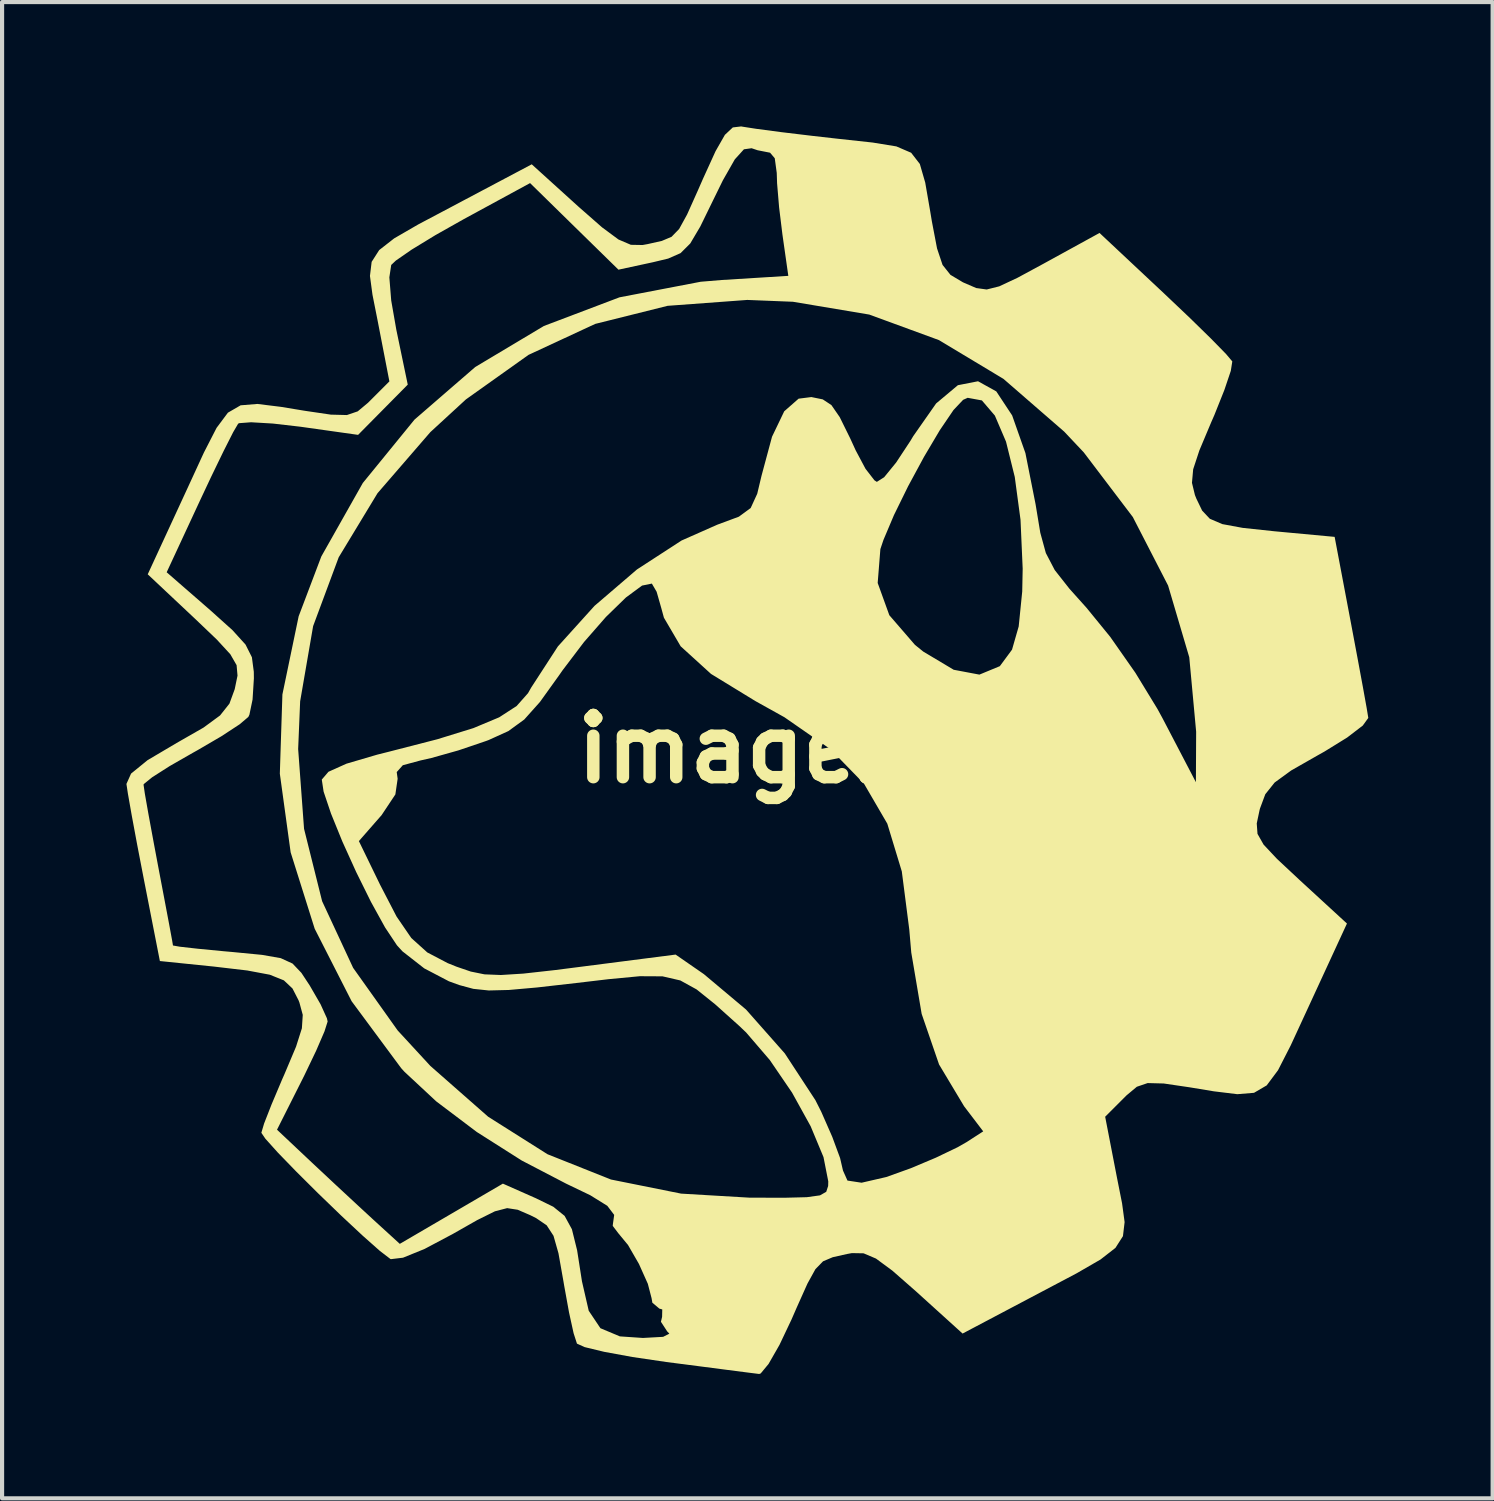
<source format=kicad_pcb>
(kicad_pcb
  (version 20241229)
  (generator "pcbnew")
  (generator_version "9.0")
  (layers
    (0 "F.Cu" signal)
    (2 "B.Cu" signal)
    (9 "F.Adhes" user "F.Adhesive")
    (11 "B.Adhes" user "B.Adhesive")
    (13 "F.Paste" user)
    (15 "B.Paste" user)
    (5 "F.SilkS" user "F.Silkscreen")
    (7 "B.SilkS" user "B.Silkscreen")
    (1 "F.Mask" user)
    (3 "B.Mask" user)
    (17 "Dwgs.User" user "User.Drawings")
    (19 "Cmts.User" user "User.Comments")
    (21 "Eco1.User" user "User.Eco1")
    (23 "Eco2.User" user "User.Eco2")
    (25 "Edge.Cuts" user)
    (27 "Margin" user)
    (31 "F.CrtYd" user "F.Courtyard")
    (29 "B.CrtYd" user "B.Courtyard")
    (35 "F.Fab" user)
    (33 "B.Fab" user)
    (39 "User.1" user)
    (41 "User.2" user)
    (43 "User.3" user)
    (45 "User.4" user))
  (footprint "image2"
    (layer "F.Cu")
    (at 14.978 15.021)
    (property "Reference" "image2" (at 0 0 0) (layer "F.SilkS") (effects (font (size 1.5 1.5) (thickness 0.3))))
    (attr board_only exclude_from_pos_files exclude_from_bom)
    (fp_poly (pts (xy -0.11 -15.014) (xy 0.218 -14.963) (xy 0.806 -14.885) (xy 1.564 -14.794) (xy 2.172 -14.725) (xy 3.026 -14.632) (xy 3.597 -14.539) (xy 3.953 -14.386) (xy 4.163 -14.115) (xy 4.293 -13.666) (xy 4.412 -12.979) (xy 4.453 -12.732) (xy 4.578 -12.078) (xy 4.711 -11.68) (xy 4.902 -11.44) (xy 5.202 -11.261) (xy 5.233 -11.247) (xy 5.523 -11.122) (xy 5.776 -11.087) (xy 6.079 -11.163) (xy 6.52 -11.37) (xy 7.152 -11.712) (xy 8.498 -12.451) (xy 10.066 -10.981) (xy 10.679 -10.399) (xy 11.191 -9.898) (xy 11.55 -9.531) (xy 11.701 -9.352) (xy 11.701 -9.352) (xy 11.665 -9.124) (xy 11.51 -8.663) (xy 11.268 -8.057) (xy 11.191 -7.881) (xy 10.906 -7.203) (xy 10.757 -6.749) (xy 10.728 -6.423) (xy 10.799 -6.13) (xy 10.833 -6.044) (xy 10.974 -5.752) (xy 11.159 -5.556) (xy 11.46 -5.427) (xy 11.952 -5.336) (xy 12.709 -5.255) (xy 12.902 -5.237) (xy 14.17 -5.119) (xy 14.562 -3.048) (xy 14.718 -2.217) (xy 14.85 -1.505) (xy 14.943 -0.989) (xy 14.982 -0.751) (xy 14.849 -0.567) (xy 14.472 -0.278) (xy 13.925 0.06) (xy 13.766 0.149) (xy 13.121 0.517) (xy 12.723 0.807) (xy 12.497 1.09) (xy 12.368 1.437) (xy 12.359 1.472) (xy 12.291 1.794) (xy 12.309 2.046) (xy 12.456 2.305) (xy 12.778 2.648) (xy 13.317 3.152) (xy 13.331 3.165) (xy 14.467 4.209) (xy 13.512 6.279) (xy 13.11 7.15) (xy 12.804 7.748) (xy 12.531 8.114) (xy 12.225 8.293) (xy 11.821 8.326) (xy 11.256 8.257) (xy 10.67 8.16) (xy 10.046 8.068) (xy 9.659 8.058) (xy 9.398 8.147) (xy 9.149 8.355) (xy 9.081 8.423) (xy 8.634 8.87) (xy 8.919 10.341) (xy 9.042 10.96) (xy 9.103 11.412) (xy 9.063 11.751) (xy 8.882 12.034) (xy 8.521 12.315) (xy 7.941 12.65) (xy 7.102 13.093) (xy 6.856 13.223) (xy 5.194 14.101) (xy 4.07 13.083) (xy 3.501 12.584) (xy 3.105 12.292) (xy 2.806 12.165) (xy 2.524 12.16) (xy 2.405 12.182) (xy 2.062 12.259) (xy 1.828 12.358) (xy 1.644 12.547) (xy 1.452 12.895) (xy 1.193 13.473) (xy 1.068 13.76) (xy 0.777 14.374) (xy 0.514 14.833) (xy 0.324 15.063) (xy 0.287 15.076) (xy 0.04 15.045) (xy -0.48 14.978) (xy -1.196 14.885) (xy -1.954 14.787) (xy -2.769 14.667) (xy -3.451 14.542) (xy -3.923 14.428) (xy -4.109 14.344) (xy -4.19 14.093) (xy -4.3 13.592) (xy -4.418 12.942) (xy -4.434 12.847) (xy -4.555 12.164) (xy -4.675 11.742) (xy -4.84 11.489) (xy -5.097 11.314) (xy -5.238 11.244) (xy -5.539 11.114) (xy -5.793 11.075) (xy -6.089 11.152) (xy -6.518 11.365) (xy -7.104 11.698) (xy -7.786 12.06) (xy -8.305 12.271) (xy -8.599 12.306) (xy -8.612 12.3) (xy -8.865 12.106) (xy -9.279 11.739) (xy -9.794 11.258) (xy -10.348 10.723) (xy -10.879 10.195) (xy -11.326 9.734) (xy -11.627 9.399) (xy -11.723 9.257) (xy -11.656 9.032) (xy -11.477 8.574) (xy -11.223 7.973) (xy -11.166 7.844) (xy -10.886 7.18) (xy -10.745 6.736) (xy -10.724 6.413) (xy -10.805 6.114) (xy -10.826 6.06) (xy -10.972 5.776) (xy -11.18 5.58) (xy -11.519 5.444) (xy -12.062 5.342) (xy -12.88 5.246) (xy -12.991 5.235) (xy -14.171 5.114) (xy -14.559 3.134) (xy -14.718 2.311) (xy -14.851 1.595) (xy -14.943 1.072) (xy -14.975 0.86) (xy -14.565 0.86) (xy -14.534 1.073) (xy -14.449 1.557) (xy -14.324 2.235) (xy -14.21 2.842) (xy -14.065 3.605) (xy -13.948 4.224) (xy -13.874 4.625) (xy -13.855 4.739) (xy -13.691 4.768) (xy -13.257 4.817) (xy -12.636 4.877) (xy -12.421 4.896) (xy -11.708 4.965) (xy -11.256 5.044) (xy -10.97 5.175) (xy -10.757 5.399) (xy -10.556 5.704) (xy -10.295 6.156) (xy -10.141 6.495) (xy -10.124 6.573) (xy -10.2 6.812) (xy -10.399 7.273) (xy -10.682 7.865) (xy -10.735 7.971) (xy -11.345 9.183) (xy -10.513 9.967) (xy -9.941 10.502) (xy -9.356 11.045) (xy -9.032 11.344) (xy -8.383 11.937) (xy -7.14 11.211) (xy -5.896 10.484) (xy -5.099 10.837) (xy -4.681 11.041) (xy -4.407 11.262) (xy -4.231 11.584) (xy -4.105 12.093) (xy -3.988 12.842) (xy -3.825 13.551) (xy -3.543 13.972) (xy -3.074 14.169) (xy -2.518 14.207) (xy -2.03 14.18) (xy -1.88 14.103) (xy -1.932 14.049) (xy -2.083 13.817) (xy -2.055 13.697) (xy -2.051 13.519) (xy -2.121 13.499) (xy -2.29 13.357) (xy -2.309 13.247) (xy -2.399 12.901) (xy -2.614 12.421) (xy -2.877 11.965) (xy -3.106 11.687) (xy -3.108 11.685) (xy -3.246 11.503) (xy -3.242 11.463) (xy -3.211 11.238) (xy -3.377 11.019) (xy -3.788 10.764) (xy -4.369 10.485) (xy -5.442 9.926) (xy -6.524 9.239) (xy -7.503 8.5) (xy -8.27 7.786) (xy -8.35 7.698) (xy -9.545 6.084) (xy -10.436 4.335) (xy -11.016 2.492) (xy -11.277 0.594) (xy -11.258 0) (xy -10.835 0) (xy -10.693 1.923) (xy -10.257 3.67) (xy -9.509 5.278) (xy -8.434 6.789) (xy -7.646 7.644) (xy -6.251 8.87) (xy -4.819 9.775) (xy -3.288 10.385) (xy -1.596 10.725) (xy 0.044 10.822) (xy 0.886 10.825) (xy 1.435 10.811) (xy 1.754 10.767) (xy 1.905 10.681) (xy 1.951 10.54) (xy 1.954 10.43) (xy 1.839 9.845) (xy 1.529 9.1) (xy 1.08 8.288) (xy 0.543 7.502) (xy -0.027 6.838) (xy -0.196 6.677) (xy -0.776 6.157) (xy -1.222 5.799) (xy -1.616 5.582) (xy -2.045 5.483) (xy -2.592 5.48) (xy -3.341 5.551) (xy -4.127 5.644) (xy -5.076 5.752) (xy -5.753 5.812) (xy -6.237 5.824) (xy -6.608 5.785) (xy -6.946 5.694) (xy -7.197 5.603) (xy -7.793 5.291) (xy -8.319 4.88) (xy -8.452 4.734) (xy -8.738 4.304) (xy -9.078 3.688) (xy -9.434 2.969) (xy -9.769 2.23) (xy -9.773 2.22) (xy -9.37 2.22) (xy -8.86 3.27) (xy -8.461 4.04) (xy -8.106 4.558) (xy -7.72 4.906) (xy -7.226 5.165) (xy -7.012 5.251) (xy -6.67 5.368) (xy -6.34 5.435) (xy -5.944 5.451) (xy -5.403 5.417) (xy -4.64 5.332) (xy -3.991 5.249) (xy -1.729 4.958) (xy -1.047 5.43) (xy -0.03 6.284) (xy 0.905 7.342) (xy 1.643 8.47) (xy 1.784 8.749) (xy 2.05 9.355) (xy 2.239 9.867) (xy 2.309 10.169) (xy 2.417 10.41) (xy 2.758 10.462) (xy 3.356 10.324) (xy 3.946 10.112) (xy 4.549 9.858) (xy 5.072 9.607) (xy 5.288 9.484) (xy 5.692 9.223) (xy 5.231 8.618) (xy 4.627 7.61) (xy 4.207 6.389) (xy 3.956 4.908) (xy 3.908 4.352) (xy 3.728 2.952) (xy 3.378 1.8) (xy 2.817 0.837) (xy 2.003 0.001) (xy 0.897 -0.767) (xy 0.197 -1.157) (xy -0.875 -1.813) (xy -1.607 -2.479) (xy -2.011 -3.169) (xy -2.075 -3.403) (xy -2.187 -3.795) (xy -2.302 -3.992) (xy -2.538 -3.944) (xy -2.926 -3.658) (xy -3.41 -3.187) (xy -3.938 -2.583) (xy -4.457 -1.899) (xy -4.537 -1.784) (xy -5.002 -1.136) (xy -5.38 -0.713) (xy -5.763 -0.434) (xy -6.241 -0.217) (xy -6.306 -0.193) (xy -6.969 0.032) (xy -7.619 0.215) (xy -7.88 0.274) (xy -8.31 0.39) (xy -8.457 0.555) (xy -8.435 0.717) (xy -8.49 1.095) (xy -8.824 1.597) (xy -8.852 1.628) (xy -9.37 2.22) (xy -9.773 2.22) (xy -10.043 1.555) (xy -10.221 1.027) (xy -10.265 0.736) (xy -10.104 0.548) (xy -9.67 0.353) (xy -8.928 0.135) (xy -8.646 0.064) (xy -7.476 -0.237) (xy -6.606 -0.506) (xy -5.985 -0.766) (xy -5.564 -1.039) (xy -5.29 -1.348) (xy -5.214 -1.482) (xy -4.569 -2.476) (xy -3.686 -3.454) (xy -3.041 -4.007) (xy 3.146 -4.007) (xy 3.427 -3.229) (xy 4.045 -2.514) (xy 4.245 -2.352) (xy 4.98 -1.913) (xy 5.6 -1.796) (xy 6.093 -2) (xy 6.387 -2.398) (xy 6.548 -2.959) (xy 6.633 -3.801) (xy 6.644 -4.352) (xy 6.592 -5.53) (xy 6.453 -6.565) (xy 6.242 -7.416) (xy 5.973 -8.045) (xy 5.66 -8.411) (xy 5.317 -8.474) (xy 5.207 -8.425) (xy 4.975 -8.179) (xy 4.645 -7.693) (xy 4.265 -7.052) (xy 3.88 -6.34) (xy 3.538 -5.643) (xy 3.285 -5.045) (xy 3.211 -4.824) (xy 3.146 -4.007) (xy -3.041 -4.007) (xy -2.661 -4.333) (xy -1.586 -5.031) (xy -0.723 -5.413) (xy -0.203 -5.606) (xy 0.082 -5.815) (xy 0.24 -6.159) (xy 0.343 -6.591) (xy 0.597 -7.535) (xy 0.891 -8.148) (xy 1.238 -8.453) (xy 1.546 -8.492) (xy 1.821 -8.436) (xy 2.029 -8.299) (xy 2.23 -8.008) (xy 2.485 -7.491) (xy 2.615 -7.207) (xy 2.852 -6.762) (xy 3.068 -6.483) (xy 3.126 -6.446) (xy 3.302 -6.558) (xy 3.59 -6.911) (xy 3.935 -7.434) (xy 4.003 -7.548) (xy 4.556 -8.338) (xy 5.081 -8.778) (xy 5.567 -8.873) (xy 6.007 -8.629) (xy 6.39 -8.049) (xy 6.71 -7.14) (xy 6.955 -5.907) (xy 7.069 -5.218) (xy 7.203 -4.729) (xy 7.417 -4.319) (xy 7.771 -3.869) (xy 8.185 -3.407) (xy 8.756 -2.707) (xy 9.363 -1.84) (xy 9.896 -0.967) (xy 10.018 -0.743) (xy 10.823 0.799) (xy 10.829 -0.418) (xy 10.663 -2.214) (xy 10.152 -3.945) (xy 9.301 -5.598) (xy 8.118 -7.157) (xy 7.646 -7.658) (xy 6.181 -8.93) (xy 4.624 -9.866) (xy 2.943 -10.482) (xy 1.101 -10.791) (xy 0 -10.835) (xy -1.922 -10.693) (xy -3.668 -10.257) (xy -5.277 -9.51) (xy -6.788 -8.435) (xy -7.646 -7.646) (xy -8.92 -6.173) (xy -9.857 -4.626) (xy -10.474 -2.966) (xy -10.787 -1.152) (xy -10.835 0) (xy -11.258 0) (xy -11.215 -1.318) (xy -10.823 -3.203) (xy -10.276 -4.647) (xy -9.275 -6.419) (xy -8.028 -7.948) (xy -6.563 -9.217) (xy -4.906 -10.207) (xy -3.083 -10.898) (xy -1.123 -11.274) (xy -0.615 -11.316) (xy 0.99 -11.416) (xy 0.848 -12.413) (xy 0.768 -13.066) (xy 0.719 -13.649) (xy 0.711 -13.899) (xy 0.663 -14.253) (xy 0.55 -14.387) (xy 0.25 -14.446) (xy 0.104 -14.495) (xy -0.081 -14.469) (xy -0.301 -14.226) (xy -0.589 -13.72) (xy -0.813 -13.263) (xy -1.134 -12.606) (xy -1.376 -12.197) (xy -1.61 -11.964) (xy -1.908 -11.833) (xy -2.279 -11.744) (xy -3.108 -11.565) (xy -4.174 -12.609) (xy -5.24 -13.654) (xy -6.838 -12.785) (xy -7.526 -12.397) (xy -8.098 -12.048) (xy -8.479 -11.784) (xy -8.59 -11.679) (xy -8.635 -11.38) (xy -8.59 -10.821) (xy -8.467 -10.117) (xy -8.191 -8.792) (xy -8.79 -8.186) (xy -9.389 -7.58) (xy -10.778 -7.776) (xy -11.445 -7.853) (xy -11.97 -7.884) (xy -12.259 -7.862) (xy -12.283 -7.849) (xy -12.402 -7.646) (xy -12.632 -7.192) (xy -12.938 -6.56) (xy -13.203 -5.996) (xy -14.007 -4.265) (xy -12.954 -3.349) (xy -12.419 -2.868) (xy -12.104 -2.52) (xy -11.951 -2.215) (xy -11.905 -1.864) (xy -11.903 -1.705) (xy -11.935 -1.195) (xy -12.011 -0.829) (xy -12.037 -0.775) (xy -12.247 -0.597) (xy -12.685 -0.31) (xy -13.262 0.027) (xy -13.366 0.085) (xy -13.935 0.411) (xy -14.358 0.681) (xy -14.558 0.844) (xy -14.565 0.86) (xy -14.975 0.86) (xy -14.978 0.842) (xy -14.866 0.592) (xy -14.468 0.268) (xy -13.766 -0.147) (xy -13.118 -0.518) (xy -12.719 -0.811) (xy -12.493 -1.096) (xy -12.366 -1.443) (xy -12.363 -1.457) (xy -12.298 -1.772) (xy -12.32 -2.024) (xy -12.472 -2.288) (xy -12.798 -2.642) (xy -13.333 -3.153) (xy -14.464 -4.216) (xy -13.51 -6.282) (xy -13.109 -7.153) (xy -12.803 -7.749) (xy -12.53 -8.115) (xy -12.223 -8.293) (xy -11.819 -8.326) (xy -11.253 -8.256) (xy -10.67 -8.16) (xy -10.046 -8.068) (xy -9.659 -8.058) (xy -9.398 -8.147) (xy -9.149 -8.355) (xy -9.081 -8.423) (xy -8.634 -8.87) (xy -8.919 -10.341) (xy -9.042 -10.961) (xy -9.103 -11.414) (xy -9.062 -11.754) (xy -8.88 -12.038) (xy -8.519 -12.32) (xy -7.937 -12.657) (xy -7.096 -13.102) (xy -6.863 -13.226) (xy -5.2 -14.107) (xy -4.073 -13.086) (xy -3.503 -12.586) (xy -3.107 -12.293) (xy -2.808 -12.165) (xy -2.526 -12.16) (xy -2.405 -12.182) (xy -2.062 -12.259) (xy -1.827 -12.358) (xy -1.644 -12.547) (xy -1.452 -12.896) (xy -1.193 -13.474) (xy -1.069 -13.757) (xy -0.765 -14.424) (xy -0.54 -14.818) (xy -0.349 -14.997) (xy -0.147 -15.021)) (stroke (width 0) (type solid)) (fill yes) (layer "F.SilkS")))
  (gr_rect
    (start -3 -3)
    (end 32.96 33.097)
    (stroke (width 0.1) (type default))
    (fill no)
    (layer "Edge.Cuts")))
</source>
